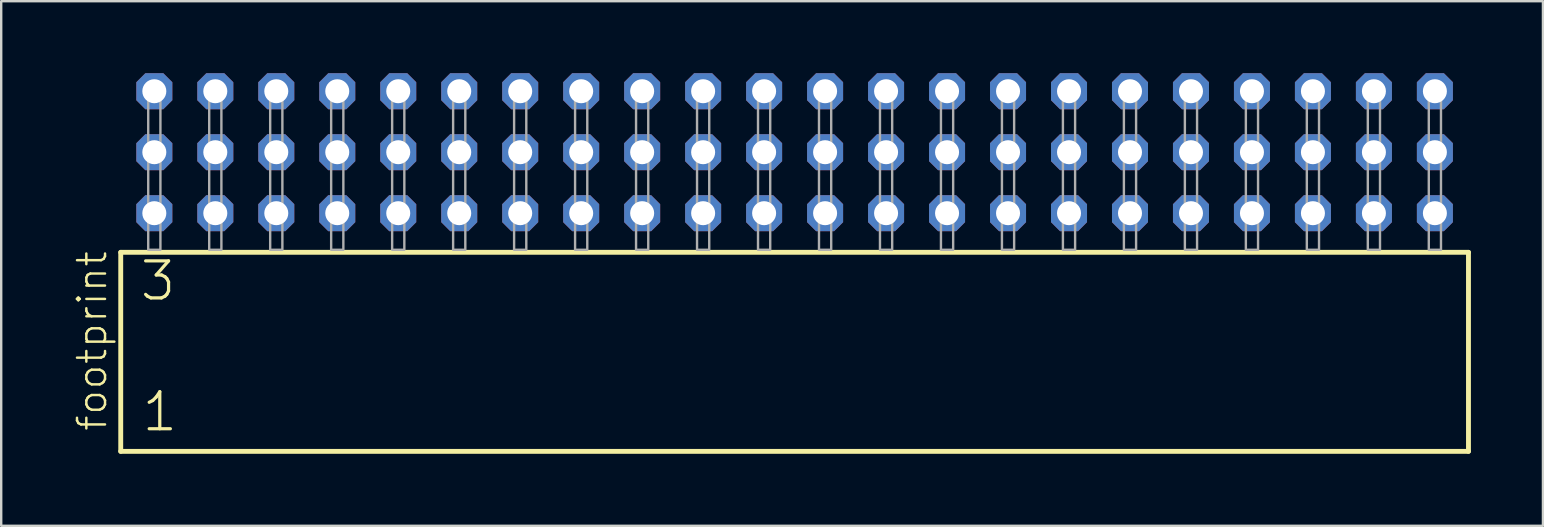
<source format=kicad_pcb>
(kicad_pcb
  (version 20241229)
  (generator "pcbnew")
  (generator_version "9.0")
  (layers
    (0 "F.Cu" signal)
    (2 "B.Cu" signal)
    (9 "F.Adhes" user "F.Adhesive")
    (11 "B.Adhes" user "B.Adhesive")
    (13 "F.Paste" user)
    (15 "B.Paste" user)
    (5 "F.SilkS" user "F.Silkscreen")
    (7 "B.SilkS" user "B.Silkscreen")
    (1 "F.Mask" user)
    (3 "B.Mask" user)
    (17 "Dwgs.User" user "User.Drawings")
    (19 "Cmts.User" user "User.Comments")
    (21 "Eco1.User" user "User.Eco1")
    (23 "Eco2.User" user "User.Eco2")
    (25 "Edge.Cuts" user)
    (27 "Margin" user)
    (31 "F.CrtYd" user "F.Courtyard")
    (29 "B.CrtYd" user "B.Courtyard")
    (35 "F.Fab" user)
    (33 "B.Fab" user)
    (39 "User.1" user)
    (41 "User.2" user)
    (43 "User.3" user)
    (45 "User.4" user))
  (footprint "footprint"
    (layer "F.Cu")
    (at 30.048 7.354)
    (property "Reference" "footprint" (at -28.575 7.62 90) (layer "F.SilkS") (effects (font (size 1.168 1.168) (thickness 0.102)) (justify left bottom)))
    (fp_line (start -28.069 0.106) (end -28.069 8.396) (stroke (width 0.203) (type solid)) (layer "F.SilkS"))
    (fp_line (start -28.069 8.396) (end 28.069 8.396) (stroke (width 0.203) (type solid)) (layer "F.SilkS"))
    (fp_line (start 28.069 0.106) (end -28.069 0.106) (stroke (width 0.203) (type solid)) (layer "F.SilkS"))
    (fp_line (start 28.069 8.396) (end 28.069 0.106) (stroke (width 0.203) (type solid)) (layer "F.SilkS"))
    (fp_poly (pts (xy -26.924 0) (xy -26.416 0) (xy -26.416 -6.858) (xy -26.924 -6.858)) (stroke (width 0.1) (type solid)) (fill no) (layer "F.Fab"))
    (fp_poly (pts (xy -24.384 0) (xy -23.876 0) (xy -23.876 -6.858) (xy -24.384 -6.858)) (stroke (width 0.1) (type solid)) (fill no) (layer "F.Fab"))
    (fp_poly (pts (xy -21.844 0) (xy -21.336 0) (xy -21.336 -6.858) (xy -21.844 -6.858)) (stroke (width 0.1) (type solid)) (fill no) (layer "F.Fab"))
    (fp_poly (pts (xy -19.304 0) (xy -18.796 0) (xy -18.796 -6.858) (xy -19.304 -6.858)) (stroke (width 0.1) (type solid)) (fill no) (layer "F.Fab"))
    (fp_poly (pts (xy -16.764 0) (xy -16.256 0) (xy -16.256 -6.858) (xy -16.764 -6.858)) (stroke (width 0.1) (type solid)) (fill no) (layer "F.Fab"))
    (fp_poly (pts (xy -14.224 0) (xy -13.716 0) (xy -13.716 -6.858) (xy -14.224 -6.858)) (stroke (width 0.1) (type solid)) (fill no) (layer "F.Fab"))
    (fp_poly (pts (xy -11.684 0) (xy -11.176 0) (xy -11.176 -6.858) (xy -11.684 -6.858)) (stroke (width 0.1) (type solid)) (fill no) (layer "F.Fab"))
    (fp_poly (pts (xy -9.144 0) (xy -8.636 0) (xy -8.636 -6.858) (xy -9.144 -6.858)) (stroke (width 0.1) (type solid)) (fill no) (layer "F.Fab"))
    (fp_poly (pts (xy -6.604 0) (xy -6.096 0) (xy -6.096 -6.858) (xy -6.604 -6.858)) (stroke (width 0.1) (type solid)) (fill no) (layer "F.Fab"))
    (fp_poly (pts (xy -4.064 0) (xy -3.556 0) (xy -3.556 -6.858) (xy -4.064 -6.858)) (stroke (width 0.1) (type solid)) (fill no) (layer "F.Fab"))
    (fp_poly (pts (xy -1.524 0) (xy -1.016 0) (xy -1.016 -6.858) (xy -1.524 -6.858)) (stroke (width 0.1) (type solid)) (fill no) (layer "F.Fab"))
    (fp_poly (pts (xy 1.016 0) (xy 1.524 0) (xy 1.524 -6.858) (xy 1.016 -6.858)) (stroke (width 0.1) (type solid)) (fill no) (layer "F.Fab"))
    (fp_poly (pts (xy 3.556 0) (xy 4.064 0) (xy 4.064 -6.858) (xy 3.556 -6.858)) (stroke (width 0.1) (type solid)) (fill no) (layer "F.Fab"))
    (fp_poly (pts (xy 6.096 0) (xy 6.604 0) (xy 6.604 -6.858) (xy 6.096 -6.858)) (stroke (width 0.1) (type solid)) (fill no) (layer "F.Fab"))
    (fp_poly (pts (xy 8.636 0) (xy 9.144 0) (xy 9.144 -6.858) (xy 8.636 -6.858)) (stroke (width 0.1) (type solid)) (fill no) (layer "F.Fab"))
    (fp_poly (pts (xy 11.176 0) (xy 11.684 0) (xy 11.684 -6.858) (xy 11.176 -6.858)) (stroke (width 0.1) (type solid)) (fill no) (layer "F.Fab"))
    (fp_poly (pts (xy 13.716 0) (xy 14.224 0) (xy 14.224 -6.858) (xy 13.716 -6.858)) (stroke (width 0.1) (type solid)) (fill no) (layer "F.Fab"))
    (fp_poly (pts (xy 16.256 0) (xy 16.764 0) (xy 16.764 -6.858) (xy 16.256 -6.858)) (stroke (width 0.1) (type solid)) (fill no) (layer "F.Fab"))
    (fp_poly (pts (xy 18.796 0) (xy 19.304 0) (xy 19.304 -6.858) (xy 18.796 -6.858)) (stroke (width 0.1) (type solid)) (fill no) (layer "F.Fab"))
    (fp_poly (pts (xy 21.336 0) (xy 21.844 0) (xy 21.844 -6.858) (xy 21.336 -6.858)) (stroke (width 0.1) (type solid)) (fill no) (layer "F.Fab"))
    (fp_poly (pts (xy 23.876 0) (xy 24.384 0) (xy 24.384 -6.858) (xy 23.876 -6.858)) (stroke (width 0.1) (type solid)) (fill no) (layer "F.Fab"))
    (fp_poly (pts (xy 26.416 0) (xy 26.924 0) (xy 26.924 -6.858) (xy 26.416 -6.858)) (stroke (width 0.1) (type solid)) (fill no) (layer "F.Fab"))
    (fp_text user "1" (at -27.265 7.65 0) (layer "F.SilkS") (effects (font (size 1.542 1.542) (thickness 0.134)) (justify left bottom)))
    (fp_text user "3" (at -27.34 2.2 0) (layer "F.SilkS") (effects (font (size 1.542 1.542) (thickness 0.134)) (justify left bottom)))
    (pad "1" thru_hole roundrect (at -26.67 -1.524) (size 1.5 1.5) (drill 1) (layers "*.Cu" "*.Mask") (roundrect_rratio 0.25) (chamfer_ratio 0.25) (chamfer top_left top_right bottom_left bottom_right))
    (pad "2" thru_hole roundrect (at -26.67 -4.064) (size 1.5 1.5) (drill 1) (layers "*.Cu" "*.Mask") (roundrect_rratio 0.25) (chamfer_ratio 0.25) (chamfer top_left top_right bottom_left bottom_right))
    (pad "3" thru_hole roundrect (at -26.67 -6.604) (size 1.5 1.5) (drill 1) (layers "*.Cu" "*.Mask") (roundrect_rratio 0.25) (chamfer_ratio 0.25) (chamfer top_left top_right bottom_left bottom_right))
    (pad "4" thru_hole roundrect (at -24.13 -1.524) (size 1.5 1.5) (drill 1) (layers "*.Cu" "*.Mask") (roundrect_rratio 0.25) (chamfer_ratio 0.25) (chamfer top_left top_right bottom_left bottom_right))
    (pad "5" thru_hole roundrect (at -24.13 -4.064) (size 1.5 1.5) (drill 1) (layers "*.Cu" "*.Mask") (roundrect_rratio 0.25) (chamfer_ratio 0.25) (chamfer top_left top_right bottom_left bottom_right))
    (pad "6" thru_hole roundrect (at -24.13 -6.604) (size 1.5 1.5) (drill 1) (layers "*.Cu" "*.Mask") (roundrect_rratio 0.25) (chamfer_ratio 0.25) (chamfer top_left top_right bottom_left bottom_right))
    (pad "7" thru_hole roundrect (at -21.59 -1.524) (size 1.5 1.5) (drill 1) (layers "*.Cu" "*.Mask") (roundrect_rratio 0.25) (chamfer_ratio 0.25) (chamfer top_left top_right bottom_left bottom_right))
    (pad "8" thru_hole roundrect (at -21.59 -4.064) (size 1.5 1.5) (drill 1) (layers "*.Cu" "*.Mask") (roundrect_rratio 0.25) (chamfer_ratio 0.25) (chamfer top_left top_right bottom_left bottom_right))
    (pad "9" thru_hole roundrect (at -21.59 -6.604) (size 1.5 1.5) (drill 1) (layers "*.Cu" "*.Mask") (roundrect_rratio 0.25) (chamfer_ratio 0.25) (chamfer top_left top_right bottom_left bottom_right))
    (pad "10" thru_hole roundrect (at -19.05 -1.524) (size 1.5 1.5) (drill 1) (layers "*.Cu" "*.Mask") (roundrect_rratio 0.25) (chamfer_ratio 0.25) (chamfer top_left top_right bottom_left bottom_right))
    (pad "11" thru_hole roundrect (at -19.05 -4.064) (size 1.5 1.5) (drill 1) (layers "*.Cu" "*.Mask") (roundrect_rratio 0.25) (chamfer_ratio 0.25) (chamfer top_left top_right bottom_left bottom_right))
    (pad "12" thru_hole roundrect (at -19.05 -6.604) (size 1.5 1.5) (drill 1) (layers "*.Cu" "*.Mask") (roundrect_rratio 0.25) (chamfer_ratio 0.25) (chamfer top_left top_right bottom_left bottom_right))
    (pad "13" thru_hole roundrect (at -16.51 -1.524) (size 1.5 1.5) (drill 1) (layers "*.Cu" "*.Mask") (roundrect_rratio 0.25) (chamfer_ratio 0.25) (chamfer top_left top_right bottom_left bottom_right))
    (pad "14" thru_hole roundrect (at -16.51 -4.064) (size 1.5 1.5) (drill 1) (layers "*.Cu" "*.Mask") (roundrect_rratio 0.25) (chamfer_ratio 0.25) (chamfer top_left top_right bottom_left bottom_right))
    (pad "15" thru_hole roundrect (at -16.51 -6.604) (size 1.5 1.5) (drill 1) (layers "*.Cu" "*.Mask") (roundrect_rratio 0.25) (chamfer_ratio 0.25) (chamfer top_left top_right bottom_left bottom_right))
    (pad "16" thru_hole roundrect (at -13.97 -1.524) (size 1.5 1.5) (drill 1) (layers "*.Cu" "*.Mask") (roundrect_rratio 0.25) (chamfer_ratio 0.25) (chamfer top_left top_right bottom_left bottom_right))
    (pad "17" thru_hole roundrect (at -13.97 -4.064) (size 1.5 1.5) (drill 1) (layers "*.Cu" "*.Mask") (roundrect_rratio 0.25) (chamfer_ratio 0.25) (chamfer top_left top_right bottom_left bottom_right))
    (pad "18" thru_hole roundrect (at -13.97 -6.604) (size 1.5 1.5) (drill 1) (layers "*.Cu" "*.Mask") (roundrect_rratio 0.25) (chamfer_ratio 0.25) (chamfer top_left top_right bottom_left bottom_right))
    (pad "19" thru_hole roundrect (at -11.43 -1.524) (size 1.5 1.5) (drill 1) (layers "*.Cu" "*.Mask") (roundrect_rratio 0.25) (chamfer_ratio 0.25) (chamfer top_left top_right bottom_left bottom_right))
    (pad "20" thru_hole roundrect (at -11.43 -4.064) (size 1.5 1.5) (drill 1) (layers "*.Cu" "*.Mask") (roundrect_rratio 0.25) (chamfer_ratio 0.25) (chamfer top_left top_right bottom_left bottom_right))
    (pad "21" thru_hole roundrect (at -11.43 -6.604) (size 1.5 1.5) (drill 1) (layers "*.Cu" "*.Mask") (roundrect_rratio 0.25) (chamfer_ratio 0.25) (chamfer top_left top_right bottom_left bottom_right))
    (pad "22" thru_hole roundrect (at -8.89 -1.524) (size 1.5 1.5) (drill 1) (layers "*.Cu" "*.Mask") (roundrect_rratio 0.25) (chamfer_ratio 0.25) (chamfer top_left top_right bottom_left bottom_right))
    (pad "23" thru_hole roundrect (at -8.89 -4.064) (size 1.5 1.5) (drill 1) (layers "*.Cu" "*.Mask") (roundrect_rratio 0.25) (chamfer_ratio 0.25) (chamfer top_left top_right bottom_left bottom_right))
    (pad "24" thru_hole roundrect (at -8.89 -6.604) (size 1.5 1.5) (drill 1) (layers "*.Cu" "*.Mask") (roundrect_rratio 0.25) (chamfer_ratio 0.25) (chamfer top_left top_right bottom_left bottom_right))
    (pad "25" thru_hole roundrect (at -6.35 -1.524) (size 1.5 1.5) (drill 1) (layers "*.Cu" "*.Mask") (roundrect_rratio 0.25) (chamfer_ratio 0.25) (chamfer top_left top_right bottom_left bottom_right))
    (pad "26" thru_hole roundrect (at -6.35 -4.064) (size 1.5 1.5) (drill 1) (layers "*.Cu" "*.Mask") (roundrect_rratio 0.25) (chamfer_ratio 0.25) (chamfer top_left top_right bottom_left bottom_right))
    (pad "27" thru_hole roundrect (at -6.35 -6.604) (size 1.5 1.5) (drill 1) (layers "*.Cu" "*.Mask") (roundrect_rratio 0.25) (chamfer_ratio 0.25) (chamfer top_left top_right bottom_left bottom_right))
    (pad "28" thru_hole roundrect (at -3.81 -1.524) (size 1.5 1.5) (drill 1) (layers "*.Cu" "*.Mask") (roundrect_rratio 0.25) (chamfer_ratio 0.25) (chamfer top_left top_right bottom_left bottom_right))
    (pad "29" thru_hole roundrect (at -3.81 -4.064) (size 1.5 1.5) (drill 1) (layers "*.Cu" "*.Mask") (roundrect_rratio 0.25) (chamfer_ratio 0.25) (chamfer top_left top_right bottom_left bottom_right))
    (pad "30" thru_hole roundrect (at -3.81 -6.604) (size 1.5 1.5) (drill 1) (layers "*.Cu" "*.Mask") (roundrect_rratio 0.25) (chamfer_ratio 0.25) (chamfer top_left top_right bottom_left bottom_right))
    (pad "31" thru_hole roundrect (at -1.27 -1.524) (size 1.5 1.5) (drill 1) (layers "*.Cu" "*.Mask") (roundrect_rratio 0.25) (chamfer_ratio 0.25) (chamfer top_left top_right bottom_left bottom_right))
    (pad "32" thru_hole roundrect (at -1.27 -4.064) (size 1.5 1.5) (drill 1) (layers "*.Cu" "*.Mask") (roundrect_rratio 0.25) (chamfer_ratio 0.25) (chamfer top_left top_right bottom_left bottom_right))
    (pad "33" thru_hole roundrect (at -1.27 -6.604) (size 1.5 1.5) (drill 1) (layers "*.Cu" "*.Mask") (roundrect_rratio 0.25) (chamfer_ratio 0.25) (chamfer top_left top_right bottom_left bottom_right))
    (pad "34" thru_hole roundrect (at 1.27 -1.524) (size 1.5 1.5) (drill 1) (layers "*.Cu" "*.Mask") (roundrect_rratio 0.25) (chamfer_ratio 0.25) (chamfer top_left top_right bottom_left bottom_right))
    (pad "35" thru_hole roundrect (at 1.27 -4.064) (size 1.5 1.5) (drill 1) (layers "*.Cu" "*.Mask") (roundrect_rratio 0.25) (chamfer_ratio 0.25) (chamfer top_left top_right bottom_left bottom_right))
    (pad "36" thru_hole roundrect (at 1.27 -6.604) (size 1.5 1.5) (drill 1) (layers "*.Cu" "*.Mask") (roundrect_rratio 0.25) (chamfer_ratio 0.25) (chamfer top_left top_right bottom_left bottom_right))
    (pad "37" thru_hole roundrect (at 3.81 -1.524) (size 1.5 1.5) (drill 1) (layers "*.Cu" "*.Mask") (roundrect_rratio 0.25) (chamfer_ratio 0.25) (chamfer top_left top_right bottom_left bottom_right))
    (pad "38" thru_hole roundrect (at 3.81 -4.064) (size 1.5 1.5) (drill 1) (layers "*.Cu" "*.Mask") (roundrect_rratio 0.25) (chamfer_ratio 0.25) (chamfer top_left top_right bottom_left bottom_right))
    (pad "39" thru_hole roundrect (at 3.81 -6.604) (size 1.5 1.5) (drill 1) (layers "*.Cu" "*.Mask") (roundrect_rratio 0.25) (chamfer_ratio 0.25) (chamfer top_left top_right bottom_left bottom_right))
    (pad "40" thru_hole roundrect (at 6.35 -1.524) (size 1.5 1.5) (drill 1) (layers "*.Cu" "*.Mask") (roundrect_rratio 0.25) (chamfer_ratio 0.25) (chamfer top_left top_right bottom_left bottom_right))
    (pad "41" thru_hole roundrect (at 6.35 -4.064) (size 1.5 1.5) (drill 1) (layers "*.Cu" "*.Mask") (roundrect_rratio 0.25) (chamfer_ratio 0.25) (chamfer top_left top_right bottom_left bottom_right))
    (pad "42" thru_hole roundrect (at 6.35 -6.604) (size 1.5 1.5) (drill 1) (layers "*.Cu" "*.Mask") (roundrect_rratio 0.25) (chamfer_ratio 0.25) (chamfer top_left top_right bottom_left bottom_right))
    (pad "43" thru_hole roundrect (at 8.89 -1.524) (size 1.5 1.5) (drill 1) (layers "*.Cu" "*.Mask") (roundrect_rratio 0.25) (chamfer_ratio 0.25) (chamfer top_left top_right bottom_left bottom_right))
    (pad "44" thru_hole roundrect (at 8.89 -4.064) (size 1.5 1.5) (drill 1) (layers "*.Cu" "*.Mask") (roundrect_rratio 0.25) (chamfer_ratio 0.25) (chamfer top_left top_right bottom_left bottom_right))
    (pad "45" thru_hole roundrect (at 8.89 -6.604) (size 1.5 1.5) (drill 1) (layers "*.Cu" "*.Mask") (roundrect_rratio 0.25) (chamfer_ratio 0.25) (chamfer top_left top_right bottom_left bottom_right))
    (pad "46" thru_hole roundrect (at 11.43 -1.524) (size 1.5 1.5) (drill 1) (layers "*.Cu" "*.Mask") (roundrect_rratio 0.25) (chamfer_ratio 0.25) (chamfer top_left top_right bottom_left bottom_right))
    (pad "47" thru_hole roundrect (at 11.43 -4.064) (size 1.5 1.5) (drill 1) (layers "*.Cu" "*.Mask") (roundrect_rratio 0.25) (chamfer_ratio 0.25) (chamfer top_left top_right bottom_left bottom_right))
    (pad "48" thru_hole roundrect (at 11.43 -6.604) (size 1.5 1.5) (drill 1) (layers "*.Cu" "*.Mask") (roundrect_rratio 0.25) (chamfer_ratio 0.25) (chamfer top_left top_right bottom_left bottom_right))
    (pad "49" thru_hole roundrect (at 13.97 -1.524) (size 1.5 1.5) (drill 1) (layers "*.Cu" "*.Mask") (roundrect_rratio 0.25) (chamfer_ratio 0.25) (chamfer top_left top_right bottom_left bottom_right))
    (pad "50" thru_hole roundrect (at 13.97 -4.064) (size 1.5 1.5) (drill 1) (layers "*.Cu" "*.Mask") (roundrect_rratio 0.25) (chamfer_ratio 0.25) (chamfer top_left top_right bottom_left bottom_right))
    (pad "51" thru_hole roundrect (at 13.97 -6.604) (size 1.5 1.5) (drill 1) (layers "*.Cu" "*.Mask") (roundrect_rratio 0.25) (chamfer_ratio 0.25) (chamfer top_left top_right bottom_left bottom_right))
    (pad "52" thru_hole roundrect (at 16.51 -1.524) (size 1.5 1.5) (drill 1) (layers "*.Cu" "*.Mask") (roundrect_rratio 0.25) (chamfer_ratio 0.25) (chamfer top_left top_right bottom_left bottom_right))
    (pad "53" thru_hole roundrect (at 16.51 -4.064) (size 1.5 1.5) (drill 1) (layers "*.Cu" "*.Mask") (roundrect_rratio 0.25) (chamfer_ratio 0.25) (chamfer top_left top_right bottom_left bottom_right))
    (pad "54" thru_hole roundrect (at 16.51 -6.604) (size 1.5 1.5) (drill 1) (layers "*.Cu" "*.Mask") (roundrect_rratio 0.25) (chamfer_ratio 0.25) (chamfer top_left top_right bottom_left bottom_right))
    (pad "55" thru_hole roundrect (at 19.05 -1.524) (size 1.5 1.5) (drill 1) (layers "*.Cu" "*.Mask") (roundrect_rratio 0.25) (chamfer_ratio 0.25) (chamfer top_left top_right bottom_left bottom_right))
    (pad "56" thru_hole roundrect (at 19.05 -4.064) (size 1.5 1.5) (drill 1) (layers "*.Cu" "*.Mask") (roundrect_rratio 0.25) (chamfer_ratio 0.25) (chamfer top_left top_right bottom_left bottom_right))
    (pad "57" thru_hole roundrect (at 19.05 -6.604) (size 1.5 1.5) (drill 1) (layers "*.Cu" "*.Mask") (roundrect_rratio 0.25) (chamfer_ratio 0.25) (chamfer top_left top_right bottom_left bottom_right))
    (pad "58" thru_hole roundrect (at 21.59 -1.524) (size 1.5 1.5) (drill 1) (layers "*.Cu" "*.Mask") (roundrect_rratio 0.25) (chamfer_ratio 0.25) (chamfer top_left top_right bottom_left bottom_right))
    (pad "59" thru_hole roundrect (at 21.59 -4.064) (size 1.5 1.5) (drill 1) (layers "*.Cu" "*.Mask") (roundrect_rratio 0.25) (chamfer_ratio 0.25) (chamfer top_left top_right bottom_left bottom_right))
    (pad "60" thru_hole roundrect (at 21.59 -6.604) (size 1.5 1.5) (drill 1) (layers "*.Cu" "*.Mask") (roundrect_rratio 0.25) (chamfer_ratio 0.25) (chamfer top_left top_right bottom_left bottom_right))
    (pad "61" thru_hole roundrect (at 24.13 -1.524) (size 1.5 1.5) (drill 1) (layers "*.Cu" "*.Mask") (roundrect_rratio 0.25) (chamfer_ratio 0.25) (chamfer top_left top_right bottom_left bottom_right))
    (pad "62" thru_hole roundrect (at 24.13 -4.064) (size 1.5 1.5) (drill 1) (layers "*.Cu" "*.Mask") (roundrect_rratio 0.25) (chamfer_ratio 0.25) (chamfer top_left top_right bottom_left bottom_right))
    (pad "63" thru_hole roundrect (at 24.13 -6.604) (size 1.5 1.5) (drill 1) (layers "*.Cu" "*.Mask") (roundrect_rratio 0.25) (chamfer_ratio 0.25) (chamfer top_left top_right bottom_left bottom_right))
    (pad "64" thru_hole roundrect (at 26.67 -1.524) (size 1.5 1.5) (drill 1) (layers "*.Cu" "*.Mask") (roundrect_rratio 0.25) (chamfer_ratio 0.25) (chamfer top_left top_right bottom_left bottom_right))
    (pad "65" thru_hole roundrect (at 26.67 -4.064) (size 1.5 1.5) (drill 1) (layers "*.Cu" "*.Mask") (roundrect_rratio 0.25) (chamfer_ratio 0.25) (chamfer top_left top_right bottom_left bottom_right))
    (pad "66" thru_hole roundrect (at 26.67 -6.604) (size 1.5 1.5) (drill 1) (layers "*.Cu" "*.Mask") (roundrect_rratio 0.25) (chamfer_ratio 0.25) (chamfer top_left top_right bottom_left bottom_right)))
  (gr_rect
    (start -3 -3)
    (end 61.219 18.852)
    (stroke (width 0.1) (type default))
    (fill no)
    (layer "Edge.Cuts")))
</source>
